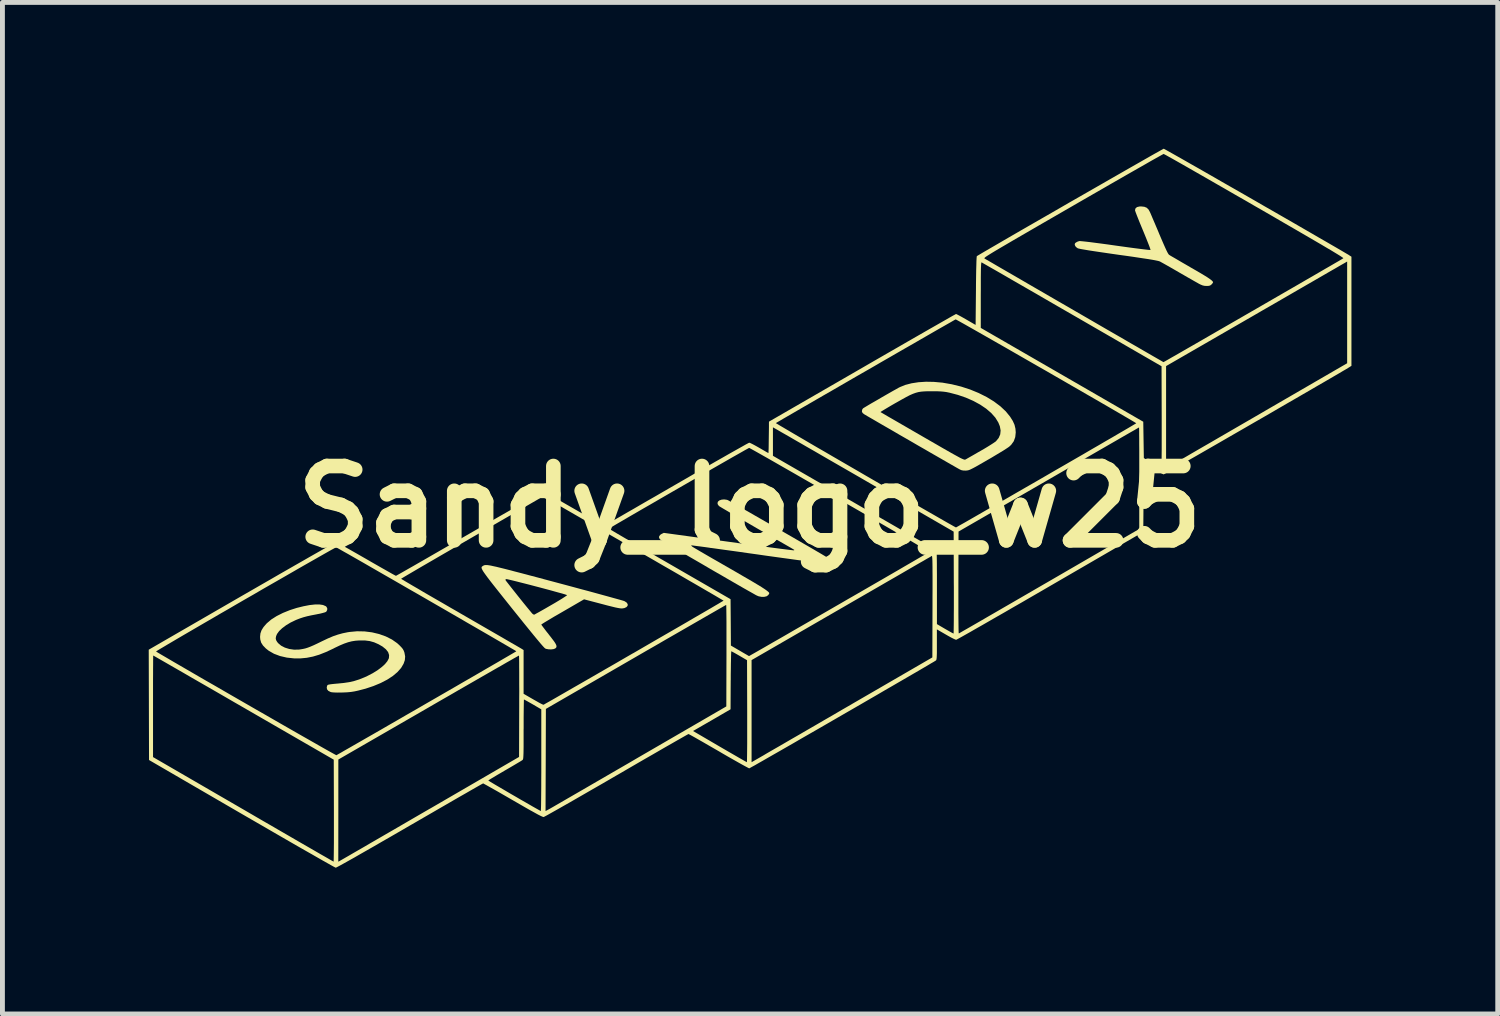
<source format=kicad_pcb>
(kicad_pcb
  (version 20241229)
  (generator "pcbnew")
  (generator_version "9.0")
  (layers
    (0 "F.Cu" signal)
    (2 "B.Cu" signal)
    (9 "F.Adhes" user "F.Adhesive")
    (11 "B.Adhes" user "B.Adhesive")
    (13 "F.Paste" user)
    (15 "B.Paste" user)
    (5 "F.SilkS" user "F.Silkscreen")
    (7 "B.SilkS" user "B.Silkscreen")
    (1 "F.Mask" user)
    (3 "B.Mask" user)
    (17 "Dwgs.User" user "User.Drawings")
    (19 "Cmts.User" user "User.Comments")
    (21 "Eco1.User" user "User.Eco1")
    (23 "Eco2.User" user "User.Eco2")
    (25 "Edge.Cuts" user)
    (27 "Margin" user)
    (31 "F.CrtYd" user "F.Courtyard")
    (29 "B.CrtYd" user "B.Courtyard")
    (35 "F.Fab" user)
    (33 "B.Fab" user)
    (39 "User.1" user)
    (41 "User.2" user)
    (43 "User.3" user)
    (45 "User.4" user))
  (footprint "Sandy_logo_w25"
    (layer "F.Cu")
    (at 12.325 7.341)
    (property "Reference" "Sandy_logo_w25" (at 0 0 0) (layer "F.SilkS") (effects (font (size 1.524 1.524) (thickness 0.3))))
    (attr board_only exclude_from_pos_files exclude_from_bom)
    (fp_poly (pts (xy 8.09 -6.151) (xy 8.14 -6.131) (xy 8.177 -6.095) (xy 8.202 -6.05) (xy 8.215 -6.023) (xy 8.235 -5.976) (xy 8.262 -5.912) (xy 8.295 -5.835) (xy 8.332 -5.748) (xy 8.372 -5.654) (xy 8.4 -5.586) (xy 8.449 -5.471) (xy 8.49 -5.377) (xy 8.523 -5.303) (xy 8.549 -5.247) (xy 8.57 -5.206) (xy 8.586 -5.18) (xy 8.598 -5.166) (xy 8.599 -5.166) (xy 8.617 -5.154) (xy 8.654 -5.132) (xy 8.708 -5.101) (xy 8.775 -5.062) (xy 8.853 -5.016) (xy 8.94 -4.966) (xy 9.033 -4.912) (xy 9.037 -4.909) (xy 9.154 -4.842) (xy 9.25 -4.786) (xy 9.328 -4.739) (xy 9.389 -4.701) (xy 9.434 -4.67) (xy 9.466 -4.646) (xy 9.487 -4.626) (xy 9.498 -4.611) (xy 9.5 -4.601) (xy 9.492 -4.585) (xy 9.472 -4.561) (xy 9.469 -4.558) (xy 9.446 -4.54) (xy 9.419 -4.53) (xy 9.379 -4.527) (xy 9.366 -4.527) (xy 9.322 -4.53) (xy 9.284 -4.539) (xy 9.241 -4.557) (xy 9.206 -4.575) (xy 9.173 -4.594) (xy 9.121 -4.623) (xy 9.055 -4.661) (xy 8.979 -4.704) (xy 8.896 -4.752) (xy 8.809 -4.802) (xy 8.794 -4.811) (xy 8.709 -4.86) (xy 8.629 -4.906) (xy 8.557 -4.947) (xy 8.495 -4.982) (xy 8.448 -5.008) (xy 8.419 -5.024) (xy 8.415 -5.027) (xy 8.399 -5.033) (xy 8.376 -5.04) (xy 8.343 -5.047) (xy 8.299 -5.056) (xy 8.243 -5.066) (xy 8.171 -5.078) (xy 8.083 -5.091) (xy 7.977 -5.107) (xy 7.852 -5.126) (xy 7.704 -5.147) (xy 7.565 -5.166) (xy 7.378 -5.193) (xy 7.214 -5.217) (xy 7.073 -5.238) (xy 6.955 -5.256) (xy 6.861 -5.272) (xy 6.791 -5.284) (xy 6.745 -5.294) (xy 6.725 -5.3) (xy 6.688 -5.327) (xy 6.669 -5.357) (xy 6.663 -5.386) (xy 6.674 -5.406) (xy 6.686 -5.416) (xy 6.719 -5.435) (xy 6.756 -5.447) (xy 6.778 -5.447) (xy 6.823 -5.443) (xy 6.89 -5.436) (xy 6.977 -5.426) (xy 7.084 -5.412) (xy 7.208 -5.396) (xy 7.349 -5.377) (xy 7.502 -5.355) (xy 7.632 -5.337) (xy 7.754 -5.32) (xy 7.867 -5.305) (xy 7.968 -5.292) (xy 8.055 -5.281) (xy 8.125 -5.273) (xy 8.177 -5.267) (xy 8.209 -5.265) (xy 8.217 -5.265) (xy 8.215 -5.279) (xy 8.204 -5.312) (xy 8.185 -5.363) (xy 8.159 -5.429) (xy 8.128 -5.507) (xy 8.092 -5.595) (xy 8.064 -5.663) (xy 8.025 -5.757) (xy 7.989 -5.844) (xy 7.958 -5.922) (xy 7.932 -5.988) (xy 7.913 -6.038) (xy 7.902 -6.071) (xy 7.9 -6.082) (xy 7.911 -6.12) (xy 7.942 -6.145) (xy 7.994 -6.157) (xy 8.023 -6.158)) (stroke (width 0) (type solid)) (fill yes) (layer "F.SilkS"))
    (fp_poly (pts (xy -8.752 2.015) (xy -8.698 2.038) (xy -8.684 2.048) (xy -8.665 2.08) (xy -8.665 2.117) (xy -8.683 2.15) (xy -8.693 2.158) (xy -8.716 2.167) (xy -8.758 2.179) (xy -8.814 2.193) (xy -8.877 2.205) (xy -8.884 2.207) (xy -8.99 2.227) (xy -9.076 2.246) (xy -9.151 2.266) (xy -9.221 2.289) (xy -9.291 2.316) (xy -9.314 2.326) (xy -9.416 2.375) (xy -9.509 2.431) (xy -9.588 2.49) (xy -9.651 2.55) (xy -9.694 2.609) (xy -9.713 2.654) (xy -9.721 2.698) (xy -9.714 2.734) (xy -9.692 2.772) (xy -9.671 2.798) (xy -9.611 2.849) (xy -9.534 2.889) (xy -9.444 2.917) (xy -9.347 2.931) (xy -9.248 2.93) (xy -9.219 2.926) (xy -9.165 2.917) (xy -9.115 2.906) (xy -9.064 2.89) (xy -9.009 2.869) (xy -8.944 2.841) (xy -8.865 2.804) (xy -8.771 2.758) (xy -8.651 2.701) (xy -8.545 2.656) (xy -8.446 2.622) (xy -8.348 2.595) (xy -8.245 2.574) (xy -8.206 2.568) (xy -8.054 2.554) (xy -7.899 2.557) (xy -7.747 2.576) (xy -7.6 2.611) (xy -7.463 2.66) (xy -7.338 2.723) (xy -7.231 2.798) (xy -7.188 2.837) (xy -7.145 2.881) (xy -7.116 2.916) (xy -7.097 2.95) (xy -7.083 2.987) (xy -7.081 2.994) (xy -7.067 3.071) (xy -7.073 3.145) (xy -7.099 3.22) (xy -7.15 3.306) (xy -7.224 3.39) (xy -7.32 3.471) (xy -7.435 3.546) (xy -7.568 3.615) (xy -7.717 3.677) (xy -7.879 3.731) (xy -8.033 3.771) (xy -8.107 3.787) (xy -8.176 3.798) (xy -8.248 3.805) (xy -8.332 3.809) (xy -8.369 3.81) (xy -8.453 3.811) (xy -8.521 3.809) (xy -8.57 3.805) (xy -8.594 3.8) (xy -8.642 3.776) (xy -8.668 3.745) (xy -8.675 3.707) (xy -8.667 3.669) (xy -8.651 3.652) (xy -8.63 3.647) (xy -8.59 3.64) (xy -8.536 3.634) (xy -8.472 3.628) (xy -8.458 3.627) (xy -8.326 3.614) (xy -8.212 3.597) (xy -8.109 3.573) (xy -8.008 3.541) (xy -7.903 3.499) (xy -7.84 3.47) (xy -7.732 3.414) (xy -7.635 3.354) (xy -7.551 3.291) (xy -7.482 3.229) (xy -7.432 3.168) (xy -7.403 3.112) (xy -7.4 3.103) (xy -7.396 3.042) (xy -7.416 2.982) (xy -7.461 2.924) (xy -7.53 2.868) (xy -7.613 2.82) (xy -7.704 2.78) (xy -7.793 2.755) (xy -7.887 2.743) (xy -7.996 2.742) (xy -8.006 2.742) (xy -8.087 2.748) (xy -8.162 2.76) (xy -8.237 2.779) (xy -8.318 2.807) (xy -8.408 2.845) (xy -8.513 2.895) (xy -8.537 2.908) (xy -8.689 2.979) (xy -8.828 3.034) (xy -8.958 3.073) (xy -9.085 3.098) (xy -9.211 3.11) (xy -9.343 3.11) (xy -9.344 3.11) (xy -9.493 3.094) (xy -9.632 3.062) (xy -9.757 3.015) (xy -9.865 2.953) (xy -9.924 2.906) (xy -9.982 2.846) (xy -10.02 2.786) (xy -10.038 2.721) (xy -10.042 2.669) (xy -10.035 2.599) (xy -10.012 2.533) (xy -9.971 2.467) (xy -9.91 2.397) (xy -9.901 2.388) (xy -9.813 2.313) (xy -9.703 2.243) (xy -9.574 2.178) (xy -9.43 2.12) (xy -9.29 2.075) (xy -9.152 2.041) (xy -9.028 2.017) (xy -8.919 2.005) (xy -8.826 2.004)) (stroke (width 0) (type solid)) (fill yes) (layer "F.SilkS"))
    (fp_poly (pts (xy -5.38 1.197) (xy -5.348 1.201) (xy -5.307 1.208) (xy -5.258 1.219) (xy -5.197 1.232) (xy -5.124 1.25) (xy -5.038 1.271) (xy -4.936 1.297) (xy -4.819 1.328) (xy -4.683 1.363) (xy -4.529 1.404) (xy -4.354 1.45) (xy -4.157 1.503) (xy -3.981 1.55) (xy -3.801 1.598) (xy -3.626 1.645) (xy -3.46 1.69) (xy -3.302 1.732) (xy -3.156 1.772) (xy -3.021 1.809) (xy -2.901 1.842) (xy -2.797 1.871) (xy -2.71 1.895) (xy -2.642 1.914) (xy -2.594 1.928) (xy -2.569 1.937) (xy -2.566 1.938) (xy -2.523 1.967) (xy -2.503 1.999) (xy -2.505 2.031) (xy -2.528 2.058) (xy -2.57 2.078) (xy -2.608 2.085) (xy -2.632 2.086) (xy -2.663 2.083) (xy -2.704 2.076) (xy -2.758 2.065) (xy -2.827 2.048) (xy -2.916 2.026) (xy -3.025 1.997) (xy -3.033 1.995) (xy -3.398 1.899) (xy -3.836 2.153) (xy -3.931 2.208) (xy -4.02 2.259) (xy -4.098 2.306) (xy -4.165 2.346) (xy -4.218 2.378) (xy -4.255 2.402) (xy -4.273 2.414) (xy -4.275 2.416) (xy -4.268 2.428) (xy -4.247 2.457) (xy -4.215 2.499) (xy -4.175 2.552) (xy -4.128 2.611) (xy -4.119 2.623) (xy -4.06 2.699) (xy -4.015 2.758) (xy -3.985 2.804) (xy -3.968 2.838) (xy -3.963 2.864) (xy -3.967 2.884) (xy -3.982 2.9) (xy -3.99 2.907) (xy -4.024 2.92) (xy -4.073 2.926) (xy -4.126 2.924) (xy -4.175 2.915) (xy -4.195 2.907) (xy -4.211 2.893) (xy -4.243 2.859) (xy -4.29 2.805) (xy -4.352 2.731) (xy -4.429 2.638) (xy -4.521 2.525) (xy -4.629 2.392) (xy -4.751 2.24) (xy -4.867 2.096) (xy -4.985 1.948) (xy -5.088 1.819) (xy -5.177 1.707) (xy -5.253 1.611) (xy -5.317 1.529) (xy -5.34 1.499) (xy -5.012 1.499) (xy -5.005 1.511) (xy -4.984 1.539) (xy -4.951 1.581) (xy -4.909 1.635) (xy -4.86 1.697) (xy -4.806 1.765) (xy -4.749 1.837) (xy -4.692 1.908) (xy -4.636 1.978) (xy -4.584 2.042) (xy -4.537 2.099) (xy -4.499 2.145) (xy -4.471 2.179) (xy -4.455 2.196) (xy -4.453 2.198) (xy -4.432 2.211) (xy -4.422 2.214) (xy -4.409 2.208) (xy -4.377 2.19) (xy -4.329 2.164) (xy -4.267 2.129) (xy -4.195 2.088) (xy -4.114 2.041) (xy -4.074 2.018) (xy -3.991 1.97) (xy -3.916 1.925) (xy -3.852 1.886) (xy -3.801 1.853) (xy -3.765 1.829) (xy -3.747 1.815) (xy -3.746 1.813) (xy -3.761 1.807) (xy -3.797 1.795) (xy -3.851 1.779) (xy -3.922 1.76) (xy -4.005 1.737) (xy -4.098 1.711) (xy -4.199 1.684) (xy -4.304 1.656) (xy -4.411 1.628) (xy -4.517 1.6) (xy -4.619 1.574) (xy -4.714 1.55) (xy -4.8 1.528) (xy -4.874 1.51) (xy -4.932 1.496) (xy -4.973 1.487) (xy -4.993 1.484) (xy -4.994 1.484) (xy -5.01 1.494) (xy -5.012 1.499) (xy -5.34 1.499) (xy -5.37 1.46) (xy -5.412 1.403) (xy -5.445 1.357) (xy -5.47 1.32) (xy -5.486 1.291) (xy -5.496 1.269) (xy -5.5 1.252) (xy -5.499 1.24) (xy -5.494 1.23) (xy -5.485 1.223) (xy -5.475 1.216) (xy -5.464 1.209) (xy -5.452 1.203) (xy -5.44 1.199) (xy -5.424 1.196) (xy -5.405 1.196)) (stroke (width 0) (type solid)) (fill yes) (layer "F.SilkS"))
    (fp_poly (pts (xy -0.475 -0.143) (xy -0.454 -0.137) (xy -0.438 -0.129) (xy -0.403 -0.109) (xy -0.35 -0.079) (xy -0.281 -0.04) (xy -0.197 0.007) (xy -0.102 0.062) (xy 0.004 0.122) (xy 0.118 0.188) (xy 0.239 0.257) (xy 0.364 0.329) (xy 0.493 0.403) (xy 0.622 0.478) (xy 0.75 0.552) (xy 0.875 0.624) (xy 0.996 0.694) (xy 1.11 0.76) (xy 1.215 0.821) (xy 1.31 0.876) (xy 1.393 0.925) (xy 1.462 0.965) (xy 1.514 0.996) (xy 1.549 1.017) (xy 1.563 1.026) (xy 1.588 1.057) (xy 1.591 1.091) (xy 1.574 1.124) (xy 1.541 1.149) (xy 1.514 1.159) (xy 1.498 1.158) (xy 1.458 1.154) (xy 1.397 1.147) (xy 1.317 1.137) (xy 1.218 1.124) (xy 1.103 1.109) (xy 0.972 1.092) (xy 0.829 1.072) (xy 0.674 1.051) (xy 0.508 1.028) (xy 0.335 1.004) (xy 0.155 0.978) (xy 0.141 0.976) (xy -0.039 0.951) (xy -0.212 0.926) (xy -0.377 0.903) (xy -0.531 0.882) (xy -0.674 0.862) (xy -0.803 0.844) (xy -0.917 0.828) (xy -1.015 0.815) (xy -1.094 0.805) (xy -1.154 0.797) (xy -1.192 0.792) (xy -1.207 0.791) (xy -1.207 0.791) (xy -1.209 0.793) (xy -1.208 0.796) (xy -1.203 0.801) (xy -1.194 0.809) (xy -1.178 0.819) (xy -1.153 0.835) (xy -1.12 0.855) (xy -1.075 0.881) (xy -1.018 0.915) (xy -0.947 0.956) (xy -0.861 1.006) (xy -0.759 1.065) (xy -0.638 1.134) (xy -0.498 1.215) (xy -0.425 1.257) (xy -0.268 1.347) (xy -0.131 1.427) (xy -0.013 1.495) (xy 0.087 1.554) (xy 0.17 1.604) (xy 0.239 1.646) (xy 0.293 1.681) (xy 0.334 1.709) (xy 0.364 1.732) (xy 0.384 1.749) (xy 0.396 1.763) (xy 0.4 1.774) (xy 0.4 1.775) (xy 0.393 1.791) (xy 0.377 1.814) (xy 0.344 1.837) (xy 0.296 1.848) (xy 0.24 1.848) (xy 0.182 1.837) (xy 0.148 1.823) (xy 0.124 1.811) (xy 0.082 1.787) (xy 0.022 1.753) (xy -0.053 1.711) (xy -0.141 1.661) (xy -0.24 1.604) (xy -0.349 1.541) (xy -0.465 1.474) (xy -0.587 1.403) (xy -0.713 1.331) (xy -0.841 1.257) (xy -0.968 1.182) (xy -1.094 1.109) (xy -1.217 1.038) (xy -1.333 0.97) (xy -1.442 0.906) (xy -1.542 0.848) (xy -1.631 0.796) (xy -1.706 0.752) (xy -1.766 0.716) (xy -1.81 0.69) (xy -1.834 0.674) (xy -1.839 0.671) (xy -1.86 0.638) (xy -1.858 0.605) (xy -1.833 0.574) (xy -1.81 0.559) (xy -1.763 0.536) (xy -0.43 0.719) (xy -0.251 0.744) (xy -0.078 0.767) (xy 0.086 0.79) (xy 0.239 0.81) (xy 0.381 0.829) (xy 0.51 0.846) (xy 0.623 0.861) (xy 0.72 0.873) (xy 0.799 0.883) (xy 0.858 0.89) (xy 0.895 0.894) (xy 0.909 0.895) (xy 0.909 0.895) (xy 0.912 0.884) (xy 0.911 0.883) (xy 0.9 0.877) (xy 0.869 0.858) (xy 0.819 0.829) (xy 0.753 0.791) (xy 0.673 0.745) (xy 0.579 0.691) (xy 0.474 0.63) (xy 0.36 0.565) (xy 0.239 0.495) (xy 0.15 0.444) (xy 0.023 0.37) (xy -0.098 0.3) (xy -0.211 0.235) (xy -0.315 0.174) (xy -0.407 0.12) (xy -0.486 0.073) (xy -0.551 0.035) (xy -0.598 0.007) (xy -0.627 -0.011) (xy -0.634 -0.017) (xy -0.656 -0.048) (xy -0.662 -0.076) (xy -0.651 -0.106) (xy -0.621 -0.13) (xy -0.578 -0.145) (xy -0.527 -0.15)) (stroke (width 0) (type solid)) (fill yes) (layer "F.SilkS"))
    (fp_poly (pts (xy 3.775 -2.56) (xy 3.941 -2.545) (xy 3.946 -2.545) (xy 4.142 -2.511) (xy 4.333 -2.464) (xy 4.518 -2.404) (xy 4.693 -2.332) (xy 4.857 -2.25) (xy 5.006 -2.159) (xy 5.138 -2.06) (xy 5.25 -1.955) (xy 5.338 -1.847) (xy 5.393 -1.76) (xy 5.429 -1.68) (xy 5.448 -1.6) (xy 5.454 -1.524) (xy 5.444 -1.428) (xy 5.414 -1.344) (xy 5.361 -1.27) (xy 5.325 -1.236) (xy 5.3 -1.217) (xy 5.256 -1.188) (xy 5.197 -1.15) (xy 5.124 -1.106) (xy 5.042 -1.057) (xy 4.954 -1.004) (xy 4.886 -0.965) (xy 4.784 -0.906) (xy 4.702 -0.859) (xy 4.637 -0.822) (xy 4.585 -0.794) (xy 4.545 -0.774) (xy 4.514 -0.759) (xy 4.489 -0.75) (xy 4.467 -0.745) (xy 4.447 -0.742) (xy 4.431 -0.741) (xy 4.378 -0.742) (xy 4.336 -0.751) (xy 4.306 -0.765) (xy 4.284 -0.777) (xy 4.243 -0.8) (xy 4.184 -0.834) (xy 4.11 -0.876) (xy 4.022 -0.927) (xy 3.923 -0.984) (xy 3.815 -1.046) (xy 3.698 -1.113) (xy 3.576 -1.184) (xy 3.45 -1.256) (xy 3.323 -1.33) (xy 3.195 -1.404) (xy 3.069 -1.476) (xy 2.948 -1.547) (xy 2.832 -1.614) (xy 2.724 -1.676) (xy 2.626 -1.733) (xy 2.539 -1.784) (xy 2.466 -1.826) (xy 2.409 -1.859) (xy 2.369 -1.883) (xy 2.348 -1.895) (xy 2.347 -1.896) (xy 2.315 -1.921) (xy 2.304 -1.941) (xy 2.681 -1.941) (xy 2.692 -1.934) (xy 2.723 -1.916) (xy 2.773 -1.887) (xy 2.839 -1.848) (xy 2.921 -1.801) (xy 3.016 -1.746) (xy 3.123 -1.684) (xy 3.239 -1.617) (xy 3.365 -1.544) (xy 3.497 -1.468) (xy 3.538 -1.444) (xy 3.694 -1.354) (xy 3.83 -1.276) (xy 3.947 -1.208) (xy 4.047 -1.151) (xy 4.131 -1.103) (xy 4.201 -1.064) (xy 4.258 -1.033) (xy 4.303 -1.008) (xy 4.339 -0.99) (xy 4.366 -0.978) (xy 4.386 -0.97) (xy 4.4 -0.966) (xy 4.411 -0.965) (xy 4.419 -0.966) (xy 4.424 -0.969) (xy 4.443 -0.979) (xy 4.481 -1.001) (xy 4.534 -1.031) (xy 4.599 -1.068) (xy 4.671 -1.11) (xy 4.731 -1.144) (xy 4.809 -1.189) (xy 4.882 -1.233) (xy 4.946 -1.273) (xy 4.997 -1.306) (xy 5.033 -1.331) (xy 5.048 -1.342) (xy 5.104 -1.41) (xy 5.136 -1.484) (xy 5.144 -1.564) (xy 5.128 -1.651) (xy 5.097 -1.727) (xy 5.036 -1.826) (xy 4.952 -1.921) (xy 4.847 -2.011) (xy 4.724 -2.094) (xy 4.584 -2.17) (xy 4.431 -2.237) (xy 4.265 -2.294) (xy 4.09 -2.34) (xy 4.083 -2.341) (xy 4.029 -2.352) (xy 3.976 -2.359) (xy 3.92 -2.364) (xy 3.854 -2.367) (xy 3.772 -2.368) (xy 3.731 -2.368) (xy 3.648 -2.368) (xy 3.578 -2.365) (xy 3.516 -2.36) (xy 3.459 -2.351) (xy 3.403 -2.336) (xy 3.345 -2.315) (xy 3.281 -2.287) (xy 3.208 -2.249) (xy 3.121 -2.201) (xy 3.017 -2.142) (xy 2.988 -2.126) (xy 2.908 -2.08) (xy 2.837 -2.038) (xy 2.775 -2.001) (xy 2.727 -1.972) (xy 2.695 -1.952) (xy 2.681 -1.942) (xy 2.681 -1.941) (xy 2.304 -1.941) (xy 2.301 -1.946) (xy 2.3 -1.962) (xy 2.307 -1.995) (xy 2.322 -2.016) (xy 2.338 -2.027) (xy 2.373 -2.048) (xy 2.423 -2.078) (xy 2.485 -2.115) (xy 2.557 -2.156) (xy 2.635 -2.201) (xy 2.715 -2.248) (xy 2.795 -2.294) (xy 2.872 -2.338) (xy 2.942 -2.378) (xy 3.002 -2.411) (xy 3.049 -2.438) (xy 3.081 -2.454) (xy 3.081 -2.454) (xy 3.19 -2.498) (xy 3.317 -2.531) (xy 3.459 -2.553) (xy 3.613 -2.563)) (stroke (width 0) (type solid)) (fill yes) (layer "F.SilkS"))
    (fp_poly (pts (xy 8.501 -7.335) (xy 8.534 -7.317) (xy 8.586 -7.288) (xy 8.655 -7.249) (xy 8.74 -7.201) (xy 8.841 -7.144) (xy 8.955 -7.079) (xy 9.081 -7.007) (xy 9.219 -6.929) (xy 9.365 -6.845) (xy 9.521 -6.756) (xy 9.682 -6.663) (xy 9.85 -6.567) (xy 10.022 -6.469) (xy 10.196 -6.369) (xy 10.372 -6.268) (xy 10.548 -6.166) (xy 10.723 -6.066) (xy 10.895 -5.967) (xy 11.064 -5.87) (xy 11.227 -5.776) (xy 11.384 -5.685) (xy 11.533 -5.599) (xy 11.672 -5.518) (xy 11.801 -5.444) (xy 11.918 -5.376) (xy 12.022 -5.316) (xy 12.111 -5.264) (xy 12.184 -5.221) (xy 12.24 -5.188) (xy 12.278 -5.166) (xy 12.291 -5.157) (xy 12.338 -5.127) (xy 12.338 -2.889) (xy 12.291 -2.859) (xy 12.268 -2.845) (xy 12.226 -2.819) (xy 12.165 -2.784) (xy 12.088 -2.738) (xy 11.995 -2.684) (xy 11.887 -2.621) (xy 11.767 -2.551) (xy 11.635 -2.475) (xy 11.493 -2.392) (xy 11.342 -2.305) (xy 11.184 -2.213) (xy 11.019 -2.118) (xy 10.85 -2.02) (xy 10.677 -1.919) (xy 10.502 -1.818) (xy 10.326 -1.717) (xy 10.15 -1.615) (xy 9.976 -1.515) (xy 9.806 -1.417) (xy 9.64 -1.321) (xy 9.48 -1.229) (xy 9.327 -1.141) (xy 9.183 -1.058) (xy 9.048 -0.981) (xy 8.925 -0.91) (xy 8.814 -0.847) (xy 8.717 -0.791) (xy 8.636 -0.745) (xy 8.571 -0.708) (xy 8.524 -0.682) (xy 8.496 -0.667) (xy 8.488 -0.663) (xy 8.472 -0.669) (xy 8.437 -0.686) (xy 8.389 -0.711) (xy 8.331 -0.744) (xy 8.275 -0.775) (xy 8.081 -0.888) (xy 8.075 -0.185) (xy 8.069 0.517) (xy 6.162 1.623) (xy 5.961 1.74) (xy 5.765 1.853) (xy 5.576 1.963) (xy 5.394 2.067) (xy 5.222 2.167) (xy 5.059 2.26) (xy 4.908 2.347) (xy 4.769 2.427) (xy 4.644 2.498) (xy 4.533 2.562) (xy 4.437 2.616) (xy 4.359 2.66) (xy 4.298 2.694) (xy 4.256 2.717) (xy 4.234 2.728) (xy 4.231 2.729) (xy 4.213 2.723) (xy 4.176 2.706) (xy 4.127 2.681) (xy 4.069 2.649) (xy 4.022 2.622) (xy 3.837 2.515) (xy 3.837 2.825) (xy 3.837 2.924) (xy 3.837 3.001) (xy 3.835 3.058) (xy 3.833 3.099) (xy 3.829 3.126) (xy 3.825 3.143) (xy 3.819 3.151) (xy 3.819 3.151) (xy 3.804 3.161) (xy 3.77 3.182) (xy 3.716 3.213) (xy 3.646 3.255) (xy 3.559 3.306) (xy 3.457 3.366) (xy 3.341 3.433) (xy 3.214 3.507) (xy 3.076 3.587) (xy 2.928 3.673) (xy 2.772 3.763) (xy 2.61 3.858) (xy 2.442 3.955) (xy 2.27 4.055) (xy 2.095 4.156) (xy 1.918 4.258) (xy 1.742 4.36) (xy 1.567 4.461) (xy 1.394 4.561) (xy 1.225 4.658) (xy 1.061 4.752) (xy 0.905 4.843) (xy 0.755 4.929) (xy 0.616 5.009) (xy 0.486 5.083) (xy 0.369 5.15) (xy 0.265 5.21) (xy 0.175 5.261) (xy 0.102 5.303) (xy 0.045 5.334) (xy 0.008 5.355) (xy -0.01 5.365) (xy -0.011 5.365) (xy -0.025 5.359) (xy -0.059 5.341) (xy -0.111 5.313) (xy -0.178 5.276) (xy -0.244 5.239) (xy 0.037 5.239) (xy 0.247 5.118) (xy 0.282 5.098) (xy 0.337 5.065) (xy 0.411 5.022) (xy 0.503 4.969) (xy 0.611 4.907) (xy 0.733 4.836) (xy 0.869 4.757) (xy 1.017 4.672) (xy 1.175 4.58) (xy 1.343 4.483) (xy 1.518 4.381) (xy 1.7 4.276) (xy 1.886 4.167) (xy 2.077 4.057) (xy 2.1 4.043) (xy 3.744 3.09) (xy 3.747 2.045) (xy 3.747 1.855) (xy 3.748 1.689) (xy 3.748 1.546) (xy 3.748 1.423) (xy 3.747 1.319) (xy 3.747 1.233) (xy 3.746 1.163) (xy 3.745 1.109) (xy 3.743 1.068) (xy 3.741 1.039) (xy 3.739 1.02) (xy 3.736 1.011) (xy 3.733 1.009) (xy 3.733 1.009) (xy 3.721 1.016) (xy 3.688 1.036) (xy 3.635 1.066) (xy 3.565 1.107) (xy 3.477 1.157) (xy 3.373 1.217) (xy 3.254 1.286) (xy 3.122 1.363) (xy 2.977 1.447) (xy 2.82 1.537) (xy 2.653 1.634) (xy 2.476 1.736) (xy 2.292 1.842) (xy 2.1 1.953) (xy 1.903 2.067) (xy 1.877 2.082) (xy 0.037 3.145) (xy 0.037 5.239) (xy -0.244 5.239) (xy -0.258 5.231) (xy -0.35 5.179) (xy -0.452 5.121) (xy -0.561 5.058) (xy -0.637 5.013) (xy -0.75 4.948) (xy -0.856 4.887) (xy -0.954 4.83) (xy -1.042 4.78) (xy -1.117 4.737) (xy -1.178 4.703) (xy -1.223 4.678) (xy -1.25 4.664) (xy -1.256 4.661) (xy -1.268 4.667) (xy -1.301 4.685) (xy -1.352 4.714) (xy -1.422 4.754) (xy -1.508 4.803) (xy -1.609 4.861) (xy -1.725 4.927) (xy -1.853 5.001) (xy -1.993 5.082) (xy -2.143 5.168) (xy -2.302 5.26) (xy -2.469 5.357) (xy -2.642 5.458) (xy -2.731 5.509) (xy -2.908 5.612) (xy -3.079 5.711) (xy -3.243 5.805) (xy -3.399 5.895) (xy -3.545 5.979) (xy -3.68 6.057) (xy -3.804 6.127) (xy -3.914 6.19) (xy -4.01 6.244) (xy -4.09 6.289) (xy -4.152 6.324) (xy -4.197 6.348) (xy -4.221 6.361) (xy -4.226 6.363) (xy -4.238 6.361) (xy -4.262 6.352) (xy -4.298 6.335) (xy -4.347 6.31) (xy -4.41 6.275) (xy -4.471 6.241) (xy -4.188 6.241) (xy -4.141 6.216) (xy -4.125 6.207) (xy -4.089 6.187) (xy -4.033 6.155) (xy -3.959 6.112) (xy -3.869 6.06) (xy -3.762 5.998) (xy -3.641 5.928) (xy -3.506 5.85) (xy -3.359 5.765) (xy -3.201 5.673) (xy -3.033 5.576) (xy -2.856 5.473) (xy -2.671 5.366) (xy -2.479 5.255) (xy -2.288 5.143) (xy -1.35 4.599) (xy -1.163 4.599) (xy -0.616 4.919) (xy -0.509 4.981) (xy -0.409 5.039) (xy -0.317 5.092) (xy -0.236 5.139) (xy -0.168 5.178) (xy -0.115 5.208) (xy -0.078 5.229) (xy -0.06 5.238) (xy -0.059 5.239) (xy -0.058 5.227) (xy -0.057 5.192) (xy -0.056 5.135) (xy -0.055 5.059) (xy -0.054 4.965) (xy -0.053 4.856) (xy -0.053 4.732) (xy -0.053 4.596) (xy -0.053 4.45) (xy -0.053 4.295) (xy -0.053 4.194) (xy -0.056 3.147) (xy -0.212 3.056) (xy -0.269 3.023) (xy -0.317 2.996) (xy -0.354 2.976) (xy -0.375 2.965) (xy -0.378 2.964) (xy -0.38 2.976) (xy -0.382 3.011) (xy -0.384 3.066) (xy -0.385 3.138) (xy -0.387 3.226) (xy -0.388 3.327) (xy -0.39 3.438) (xy -0.39 3.557) (xy -0.391 3.559) (xy -0.394 4.154) (xy -0.778 4.377) (xy -1.163 4.599) (xy -1.35 4.599) (xy -0.481 4.095) (xy -0.478 3.054) (xy -0.478 2.895) (xy -0.478 2.744) (xy -0.478 2.602) (xy -0.478 2.47) (xy -0.478 2.352) (xy -0.479 2.249) (xy -0.48 2.162) (xy -0.481 2.093) (xy -0.482 2.045) (xy -0.483 2.019) (xy -0.484 2.014) (xy -0.496 2.02) (xy -0.528 2.038) (xy -0.58 2.068) (xy -0.65 2.108) (xy -0.737 2.158) (xy -0.84 2.217) (xy -0.958 2.285) (xy -1.09 2.361) (xy -1.234 2.444) (xy -1.39 2.534) (xy -1.557 2.63) (xy -1.733 2.731) (xy -1.917 2.838) (xy -2.109 2.948) (xy -2.306 3.062) (xy -2.337 3.08) (xy -4.181 4.146) (xy -4.184 5.194) (xy -4.188 6.241) (xy -4.471 6.241) (xy -4.49 6.231) (xy -4.587 6.176) (xy -4.703 6.109) (xy -4.838 6.031) (xy -4.856 6.021) (xy -4.968 5.956) (xy -5.074 5.895) (xy -5.171 5.839) (xy -5.258 5.79) (xy -5.333 5.748) (xy -5.393 5.714) (xy -5.437 5.69) (xy -5.462 5.676) (xy -5.468 5.674) (xy -5.48 5.68) (xy -5.513 5.698) (xy -5.564 5.727) (xy -5.634 5.767) (xy -5.72 5.816) (xy -5.822 5.875) (xy -5.938 5.941) (xy -6.066 6.015) (xy -6.206 6.096) (xy -6.357 6.183) (xy -6.517 6.276) (xy -6.685 6.373) (xy -6.859 6.474) (xy -6.972 6.539) (xy -7.168 6.653) (xy -7.355 6.761) (xy -7.531 6.862) (xy -7.695 6.957) (xy -7.847 7.044) (xy -7.986 7.123) (xy -8.109 7.194) (xy -8.218 7.255) (xy -8.309 7.306) (xy -8.383 7.347) (xy -8.439 7.377) (xy -8.475 7.396) (xy -8.49 7.402) (xy -8.49 7.402) (xy -8.504 7.396) (xy -8.538 7.378) (xy -8.592 7.348) (xy -8.663 7.308) (xy -8.714 7.279) (xy -8.438 7.279) (xy -8.403 7.261) (xy -8.389 7.252) (xy -8.354 7.232) (xy -8.3 7.201) (xy -8.227 7.159) (xy -8.138 7.107) (xy -8.032 7.046) (xy -7.912 6.977) (xy -7.779 6.899) (xy -7.632 6.814) (xy -7.475 6.723) (xy -7.307 6.626) (xy -7.13 6.523) (xy -6.946 6.416) (xy -6.755 6.305) (xy -6.558 6.191) (xy -6.55 6.187) (xy -5.563 5.614) (xy -5.362 5.614) (xy -5.351 5.621) (xy -5.322 5.64) (xy -5.275 5.668) (xy -5.215 5.704) (xy -5.143 5.746) (xy -5.061 5.794) (xy -4.974 5.845) (xy -4.882 5.899) (xy -4.788 5.953) (xy -4.696 6.007) (xy -4.606 6.058) (xy -4.523 6.106) (xy -4.449 6.149) (xy -4.385 6.185) (xy -4.335 6.213) (xy -4.301 6.232) (xy -4.285 6.24) (xy -4.284 6.24) (xy -4.283 6.228) (xy -4.282 6.193) (xy -4.28 6.136) (xy -4.279 6.06) (xy -4.278 5.966) (xy -4.277 5.856) (xy -4.276 5.733) (xy -4.276 5.597) (xy -4.275 5.45) (xy -4.275 5.296) (xy -4.275 5.198) (xy -4.275 4.155) (xy -4.449 4.053) (xy -4.509 4.019) (xy -4.56 3.99) (xy -4.6 3.968) (xy -4.625 3.955) (xy -4.631 3.952) (xy -4.632 3.964) (xy -4.633 3.999) (xy -4.634 4.054) (xy -4.635 4.126) (xy -4.636 4.215) (xy -4.637 4.316) (xy -4.637 4.428) (xy -4.637 4.548) (xy -4.638 4.563) (xy -4.638 4.703) (xy -4.638 4.82) (xy -4.638 4.916) (xy -4.639 4.994) (xy -4.64 5.055) (xy -4.642 5.101) (xy -4.644 5.136) (xy -4.646 5.16) (xy -4.65 5.176) (xy -4.654 5.186) (xy -4.658 5.192) (xy -4.659 5.193) (xy -4.675 5.204) (xy -4.71 5.226) (xy -4.761 5.256) (xy -4.825 5.294) (xy -4.9 5.338) (xy -4.982 5.386) (xy -5.022 5.409) (xy -5.105 5.458) (xy -5.181 5.502) (xy -5.247 5.542) (xy -5.301 5.574) (xy -5.339 5.598) (xy -5.359 5.611) (xy -5.362 5.614) (xy -5.563 5.614) (xy -4.731 5.131) (xy -4.728 4.091) (xy -4.728 3.933) (xy -4.727 3.781) (xy -4.728 3.639) (xy -4.728 3.508) (xy -4.728 3.389) (xy -4.729 3.286) (xy -4.729 3.199) (xy -4.73 3.13) (xy -4.731 3.082) (xy -4.733 3.056) (xy -4.733 3.052) (xy -4.745 3.058) (xy -4.777 3.076) (xy -4.829 3.105) (xy -4.898 3.145) (xy -4.985 3.194) (xy -5.088 3.254) (xy -5.206 3.321) (xy -5.338 3.397) (xy -5.483 3.48) (xy -5.639 3.57) (xy -5.806 3.666) (xy -5.982 3.767) (xy -6.166 3.874) (xy -6.358 3.984) (xy -6.555 4.098) (xy -6.589 4.118) (xy -8.437 5.184) (xy -8.437 6.232) (xy -8.438 7.279) (xy -8.714 7.279) (xy -8.752 7.258) (xy -8.857 7.198) (xy -8.977 7.129) (xy -9.111 7.053) (xy -9.258 6.969) (xy -9.416 6.878) (xy -9.584 6.781) (xy -9.762 6.678) (xy -9.948 6.57) (xy -10.142 6.458) (xy -10.341 6.343) (xy -10.419 6.298) (xy -12.319 5.194) (xy -12.322 4.063) (xy -12.322 3.996) (xy -12.237 3.996) (xy -12.237 4.093) (xy -12.237 5.134) (xy -10.39 6.205) (xy -10.192 6.32) (xy -10 6.432) (xy -9.814 6.539) (xy -9.637 6.642) (xy -9.469 6.739) (xy -9.311 6.831) (xy -9.164 6.916) (xy -9.03 6.993) (xy -8.909 7.063) (xy -8.804 7.124) (xy -8.714 7.175) (xy -8.641 7.217) (xy -8.586 7.249) (xy -8.55 7.269) (xy -8.535 7.277) (xy -8.534 7.278) (xy -8.533 7.266) (xy -8.532 7.23) (xy -8.531 7.174) (xy -8.53 7.098) (xy -8.529 7.004) (xy -8.528 6.894) (xy -8.528 6.77) (xy -8.528 6.634) (xy -8.528 6.488) (xy -8.528 6.333) (xy -8.528 6.233) (xy -8.531 5.187) (xy -10.38 4.119) (xy -10.578 4.005) (xy -10.771 3.893) (xy -10.956 3.786) (xy -11.133 3.684) (xy -11.302 3.587) (xy -11.46 3.496) (xy -11.606 3.411) (xy -11.74 3.334) (xy -11.86 3.265) (xy -11.966 3.204) (xy -12.055 3.153) (xy -12.128 3.111) (xy -12.182 3.08) (xy -12.217 3.06) (xy -12.232 3.052) (xy -12.233 3.052) (xy -12.234 3.064) (xy -12.234 3.099) (xy -12.235 3.156) (xy -12.235 3.232) (xy -12.236 3.326) (xy -12.236 3.436) (xy -12.237 3.559) (xy -12.237 3.695) (xy -12.237 3.842) (xy -12.237 3.996) (xy -12.322 3.996) (xy -12.325 2.968) (xy -12.175 2.968) (xy -12.162 2.977) (xy -12.129 2.997) (xy -12.077 3.028) (xy -12.007 3.069) (xy -11.921 3.119) (xy -11.821 3.178) (xy -11.707 3.244) (xy -11.581 3.317) (xy -11.445 3.396) (xy -11.299 3.481) (xy -11.145 3.57) (xy -10.984 3.662) (xy -10.818 3.758) (xy -10.649 3.856) (xy -10.477 3.955) (xy -10.303 4.055) (xy -10.13 4.155) (xy -9.958 4.253) (xy -9.79 4.35) (xy -9.625 4.445) (xy -9.466 4.536) (xy -9.314 4.623) (xy -9.171 4.705) (xy -9.037 4.781) (xy -8.914 4.851) (xy -8.804 4.914) (xy -8.707 4.969) (xy -8.625 5.015) (xy -8.56 5.051) (xy -8.513 5.077) (xy -8.485 5.092) (xy -8.478 5.096) (xy -8.465 5.089) (xy -8.432 5.07) (xy -8.38 5.041) (xy -8.31 5) (xy -8.222 4.95) (xy -8.118 4.89) (xy -7.999 4.822) (xy -7.867 4.746) (xy -7.722 4.663) (xy -7.565 4.573) (xy -7.398 4.476) (xy -7.222 4.375) (xy -7.038 4.268) (xy -6.846 4.158) (xy -6.649 4.044) (xy -6.625 4.03) (xy -6.427 3.916) (xy -6.235 3.805) (xy -6.051 3.699) (xy -5.874 3.596) (xy -5.707 3.5) (xy -5.55 3.409) (xy -5.404 3.324) (xy -5.271 3.247) (xy -5.152 3.178) (xy -5.048 3.117) (xy -4.96 3.066) (xy -4.888 3.024) (xy -4.835 2.993) (xy -4.801 2.973) (xy -4.788 2.964) (xy -4.788 2.964) (xy -4.798 2.957) (xy -4.829 2.938) (xy -4.879 2.909) (xy -4.947 2.869) (xy -5.031 2.82) (xy -5.129 2.763) (xy -5.241 2.698) (xy -5.366 2.625) (xy -5.501 2.547) (xy -5.646 2.463) (xy -5.799 2.375) (xy -5.958 2.282) (xy -6.123 2.187) (xy -6.292 2.089) (xy -6.464 1.99) (xy -6.637 1.89) (xy -6.81 1.79) (xy -6.982 1.692) (xy -7.151 1.594) (xy -7.316 1.499) (xy -7.354 1.477) (xy -7.15 1.477) (xy -7.139 1.485) (xy -7.108 1.503) (xy -7.059 1.533) (xy -6.991 1.573) (xy -6.908 1.622) (xy -6.809 1.679) (xy -6.698 1.745) (xy -6.574 1.817) (xy -6.439 1.895) (xy -6.295 1.978) (xy -6.144 2.066) (xy -5.985 2.157) (xy -5.941 2.183) (xy -5.78 2.276) (xy -5.624 2.366) (xy -5.475 2.452) (xy -5.335 2.533) (xy -5.205 2.608) (xy -5.085 2.677) (xy -4.979 2.739) (xy -4.886 2.793) (xy -4.809 2.837) (xy -4.749 2.872) (xy -4.708 2.896) (xy -4.686 2.909) (xy -4.684 2.91) (xy -4.638 2.939) (xy -4.638 3.836) (xy -4.441 3.95) (xy -4.377 3.986) (xy -4.321 4.018) (xy -4.275 4.042) (xy -4.243 4.057) (xy -4.23 4.061) (xy -4.218 4.055) (xy -4.186 4.036) (xy -4.134 4.007) (xy -4.063 3.967) (xy -3.976 3.917) (xy -3.872 3.857) (xy -3.754 3.789) (xy -3.622 3.713) (xy -3.477 3.63) (xy -3.321 3.54) (xy -3.154 3.444) (xy -2.978 3.342) (xy -2.793 3.236) (xy -2.602 3.125) (xy -2.405 3.011) (xy -2.377 2.996) (xy -2.179 2.881) (xy -1.988 2.77) (xy -1.803 2.663) (xy -1.626 2.561) (xy -1.458 2.464) (xy -1.301 2.373) (xy -1.156 2.288) (xy -1.023 2.211) (xy -0.904 2.142) (xy -0.799 2.081) (xy -0.711 2.029) (xy -0.639 1.987) (xy -0.586 1.955) (xy -0.552 1.935) (xy -0.538 1.927) (xy -0.538 1.926) (xy -0.549 1.919) (xy -0.58 1.901) (xy -0.631 1.871) (xy -0.7 1.83) (xy -0.786 1.78) (xy -0.888 1.721) (xy -1.006 1.652) (xy -1.137 1.576) (xy -1.281 1.493) (xy -1.437 1.402) (xy -1.603 1.306) (xy -1.779 1.205) (xy -1.963 1.098) (xy -2.154 0.988) (xy -2.351 0.874) (xy -2.387 0.853) (xy -3.086 0.45) (xy -2.887 0.45) (xy -2.877 0.457) (xy -2.846 0.476) (xy -2.796 0.505) (xy -2.729 0.545) (xy -2.645 0.594) (xy -2.546 0.652) (xy -2.434 0.717) (xy -2.309 0.789) (xy -2.174 0.868) (xy -2.029 0.951) (xy -1.877 1.04) (xy -1.717 1.132) (xy -1.641 1.176) (xy -0.394 1.896) (xy -0.39 2.372) (xy -0.387 2.847) (xy -0.203 2.954) (xy -0.142 2.99) (xy -0.09 3.02) (xy -0.048 3.044) (xy -0.023 3.059) (xy -0.015 3.063) (xy -0.004 3.057) (xy 0.027 3.039) (xy 0.078 3.01) (xy 0.148 2.97) (xy 0.234 2.921) (xy 0.337 2.862) (xy 0.454 2.794) (xy 0.586 2.719) (xy 0.73 2.636) (xy 0.885 2.546) (xy 1.052 2.45) (xy 1.227 2.349) (xy 1.411 2.243) (xy 1.602 2.133) (xy 1.799 2.019) (xy 1.822 2.006) (xy 2.02 1.891) (xy 2.212 1.781) (xy 2.397 1.674) (xy 2.575 1.571) (xy 2.743 1.474) (xy 2.9 1.383) (xy 3.047 1.298) (xy 3.18 1.22) (xy 3.301 1.15) (xy 3.406 1.089) (xy 3.495 1.037) (xy 3.568 0.995) (xy 3.622 0.963) (xy 3.657 0.942) (xy 3.671 0.933) (xy 3.672 0.933) (xy 3.669 0.928) (xy 3.656 0.918) (xy 3.633 0.902) (xy 3.598 0.879) (xy 3.55 0.85) (xy 3.489 0.813) (xy 3.415 0.768) (xy 3.326 0.715) (xy 3.222 0.654) (xy 3.101 0.583) (xy 2.964 0.503) (xy 2.809 0.413) (xy 2.636 0.313) (xy 2.444 0.201) (xy 2.233 0.079) (xy 2 -0.055) (xy 1.847 -0.144) (xy 1.649 -0.258) (xy 1.456 -0.369) (xy 1.271 -0.476) (xy 1.093 -0.578) (xy 0.925 -0.675) (xy 0.766 -0.766) (xy 0.619 -0.85) (xy 0.485 -0.927) (xy 0.364 -0.996) (xy 0.258 -1.056) (xy 0.168 -1.107) (xy 0.095 -1.148) (xy 0.039 -1.179) (xy 0.004 -1.198) (xy -0.012 -1.206) (xy -0.013 -1.206) (xy -0.025 -1.2) (xy -0.058 -1.182) (xy -0.109 -1.154) (xy -0.177 -1.115) (xy -0.26 -1.068) (xy -0.358 -1.013) (xy -0.467 -0.95) (xy -0.588 -0.881) (xy -0.717 -0.807) (xy -0.855 -0.728) (xy -0.998 -0.646) (xy -1.146 -0.561) (xy -1.297 -0.474) (xy -1.45 -0.386) (xy -1.603 -0.298) (xy -1.754 -0.211) (xy -1.902 -0.125) (xy -2.045 -0.042) (xy -2.183 0.037) (xy -2.312 0.112) (xy -2.433 0.182) (xy -2.542 0.246) (xy -2.64 0.303) (xy -2.723 0.351) (xy -2.791 0.391) (xy -2.842 0.422) (xy -2.875 0.442) (xy -2.887 0.45) (xy -2.887 0.45) (xy -3.086 0.45) (xy -4.235 -0.213) (xy -5.692 0.628) (xy -5.868 0.73) (xy -6.038 0.828) (xy -6.2 0.922) (xy -6.354 1.011) (xy -6.498 1.095) (xy -6.631 1.172) (xy -6.752 1.242) (xy -6.859 1.305) (xy -6.951 1.359) (xy -7.028 1.404) (xy -7.087 1.439) (xy -7.127 1.463) (xy -7.147 1.476) (xy -7.15 1.477) (xy -7.354 1.477) (xy -7.475 1.408) (xy -7.628 1.32) (xy -7.772 1.237) (xy -7.907 1.159) (xy -8.031 1.088) (xy -8.143 1.024) (xy -8.241 0.968) (xy -8.325 0.921) (xy -8.392 0.883) (xy -8.441 0.855) (xy -8.472 0.838) (xy -8.482 0.833) (xy -8.495 0.839) (xy -8.528 0.857) (xy -8.58 0.885) (xy -8.649 0.924) (xy -8.734 0.972) (xy -8.834 1.029) (xy -8.948 1.094) (xy -9.073 1.165) (xy -9.21 1.243) (xy -9.355 1.327) (xy -9.508 1.415) (xy -9.668 1.507) (xy -9.834 1.602) (xy -10.003 1.699) (xy -10.174 1.799) (xy -10.347 1.898) (xy -10.52 1.998) (xy -10.691 2.098) (xy -10.86 2.195) (xy -11.024 2.291) (xy -11.183 2.383) (xy -11.334 2.471) (xy -11.478 2.555) (xy -11.612 2.633) (xy -11.735 2.705) (xy -11.845 2.77) (xy -11.942 2.827) (xy -12.024 2.876) (xy -12.09 2.915) (xy -12.138 2.944) (xy -12.166 2.962) (xy -12.175 2.968) (xy -12.325 2.968) (xy -12.325 2.932) (xy -10.415 1.828) (xy -10.213 1.712) (xy -10.017 1.599) (xy -9.827 1.49) (xy -9.646 1.385) (xy -9.473 1.286) (xy -9.311 1.193) (xy -9.16 1.107) (xy -9.021 1.027) (xy -8.896 0.956) (xy -8.785 0.893) (xy -8.69 0.839) (xy -8.611 0.794) (xy -8.551 0.761) (xy -8.509 0.738) (xy -8.488 0.726) (xy -8.485 0.725) (xy -8.471 0.731) (xy -8.437 0.749) (xy -8.386 0.777) (xy -8.319 0.814) (xy -8.238 0.859) (xy -8.147 0.911) (xy -8.045 0.969) (xy -7.937 1.031) (xy -7.867 1.071) (xy -7.755 1.136) (xy -7.65 1.196) (xy -7.552 1.252) (xy -7.465 1.301) (xy -7.391 1.343) (xy -7.331 1.377) (xy -7.287 1.401) (xy -7.262 1.414) (xy -7.256 1.417) (xy -7.244 1.411) (xy -7.212 1.393) (xy -7.16 1.364) (xy -7.09 1.324) (xy -7.004 1.275) (xy -6.902 1.217) (xy -6.787 1.151) (xy -6.658 1.077) (xy -6.518 0.996) (xy -6.367 0.909) (xy -6.207 0.817) (xy -6.039 0.72) (xy -5.864 0.619) (xy -5.746 0.551) (xy -5.527 0.425) (xy -5.324 0.308) (xy -5.135 0.199) (xy -4.963 0.101) (xy -4.807 0.012) (xy -4.668 -0.067) (xy -4.547 -0.135) (xy -4.445 -0.193) (xy -4.361 -0.239) (xy -4.296 -0.274) (xy -4.252 -0.297) (xy -4.229 -0.308) (xy -4.225 -0.309) (xy -4.21 -0.302) (xy -4.176 -0.283) (xy -4.124 -0.254) (xy -4.057 -0.217) (xy -3.976 -0.171) (xy -3.883 -0.118) (xy -3.782 -0.06) (xy -3.672 0.003) (xy -3.599 0.045) (xy -3.486 0.11) (xy -3.381 0.171) (xy -3.283 0.226) (xy -3.197 0.276) (xy -3.122 0.318) (xy -3.062 0.352) (xy -3.019 0.376) (xy -2.994 0.389) (xy -2.988 0.392) (xy -2.976 0.385) (xy -2.945 0.367) (xy -2.894 0.338) (xy -2.825 0.298) (xy -2.739 0.249) (xy -2.638 0.191) (xy -2.523 0.124) (xy -2.395 0.051) (xy -2.256 -0.03) (xy -2.106 -0.117) (xy -1.946 -0.208) (xy -1.779 -0.305) (xy -1.606 -0.405) (xy -1.507 -0.462) (xy -1.33 -0.564) (xy -1.159 -0.663) (xy -0.994 -0.757) (xy -0.838 -0.847) (xy -0.692 -0.931) (xy -0.556 -1.008) (xy -0.432 -1.079) (xy -0.322 -1.141) (xy -0.226 -1.195) (xy -0.146 -1.24) (xy -0.084 -1.275) (xy -0.039 -1.299) (xy -0.015 -1.311) (xy -0.01 -1.313) (xy 0.008 -1.307) (xy 0.044 -1.29) (xy 0.092 -1.265) (xy 0.15 -1.233) (xy 0.196 -1.207) (xy 0.256 -1.172) (xy 0.308 -1.142) (xy 0.349 -1.118) (xy 0.375 -1.104) (xy 0.382 -1.101) (xy 0.384 -1.112) (xy 0.385 -1.146) (xy 0.387 -1.198) (xy 0.388 -1.265) (xy 0.389 -1.344) (xy 0.39 -1.423) (xy 0.393 -1.628) (xy 0.475 -1.628) (xy 0.475 -1.336) (xy 0.475 -1.044) (xy 2.133 -0.088) (xy 2.321 0.021) (xy 2.504 0.126) (xy 2.679 0.228) (xy 2.846 0.324) (xy 3.005 0.416) (xy 3.152 0.501) (xy 3.288 0.58) (xy 3.411 0.651) (xy 3.52 0.714) (xy 3.614 0.768) (xy 3.691 0.813) (xy 3.75 0.848) (xy 3.791 0.872) (xy 3.812 0.884) (xy 3.814 0.886) (xy 3.819 0.89) (xy 3.823 0.897) (xy 3.827 0.908) (xy 3.829 0.925) (xy 3.832 0.951) (xy 3.834 0.987) (xy 3.835 1.035) (xy 3.836 1.097) (xy 3.837 1.175) (xy 3.837 1.27) (xy 3.838 1.385) (xy 3.838 1.521) (xy 3.838 1.655) (xy 3.838 2.407) (xy 4.003 2.504) (xy 4.061 2.537) (xy 4.112 2.566) (xy 4.15 2.587) (xy 4.174 2.599) (xy 4.178 2.601) (xy 4.18 2.589) (xy 4.181 2.553) (xy 4.182 2.497) (xy 4.183 2.42) (xy 4.184 2.327) (xy 4.184 2.217) (xy 4.185 2.093) (xy 4.185 1.957) (xy 4.185 1.898) (xy 4.278 1.898) (xy 4.278 2.049) (xy 4.278 2.184) (xy 4.279 2.303) (xy 4.28 2.404) (xy 4.281 2.485) (xy 4.282 2.546) (xy 4.284 2.584) (xy 4.286 2.599) (xy 4.286 2.599) (xy 4.298 2.593) (xy 4.33 2.574) (xy 4.382 2.544) (xy 4.452 2.504) (xy 4.539 2.454) (xy 4.643 2.394) (xy 4.761 2.326) (xy 4.893 2.249) (xy 5.037 2.166) (xy 5.194 2.075) (xy 5.36 1.979) (xy 5.536 1.877) (xy 5.721 1.77) (xy 5.912 1.659) (xy 6.109 1.545) (xy 6.142 1.526) (xy 7.987 0.456) (xy 7.987 -0.585) (xy 7.987 -0.744) (xy 7.987 -0.895) (xy 7.987 -1.038) (xy 7.987 -1.169) (xy 7.986 -1.287) (xy 7.986 -1.391) (xy 7.985 -1.478) (xy 7.985 -1.547) (xy 7.984 -1.595) (xy 7.983 -1.621) (xy 7.983 -1.626) (xy 7.972 -1.62) (xy 7.94 -1.602) (xy 7.889 -1.572) (xy 7.82 -1.533) (xy 7.733 -1.483) (xy 7.63 -1.424) (xy 7.513 -1.356) (xy 7.381 -1.28) (xy 7.237 -1.197) (xy 7.081 -1.107) (xy 6.915 -1.011) (xy 6.739 -0.91) (xy 6.555 -0.803) (xy 6.363 -0.693) (xy 6.166 -0.579) (xy 6.13 -0.558) (xy 4.281 0.509) (xy 4.278 1.556) (xy 4.278 1.734) (xy 4.278 1.898) (xy 4.185 1.898) (xy 4.185 1.811) (xy 4.185 1.656) (xy 4.184 1.556) (xy 4.181 0.511) (xy 2.406 -0.515) (xy 2.211 -0.628) (xy 2.02 -0.738) (xy 1.836 -0.844) (xy 1.659 -0.946) (xy 1.491 -1.043) (xy 1.333 -1.135) (xy 1.186 -1.219) (xy 1.051 -1.297) (xy 0.929 -1.367) (xy 0.823 -1.429) (xy 0.732 -1.481) (xy 0.658 -1.523) (xy 0.603 -1.555) (xy 0.567 -1.576) (xy 0.553 -1.584) (xy 0.475 -1.628) (xy 0.393 -1.628) (xy 0.393 -1.715) (xy 0.536 -1.715) (xy 0.545 -1.708) (xy 0.576 -1.69) (xy 0.625 -1.66) (xy 0.692 -1.621) (xy 0.775 -1.572) (xy 0.873 -1.514) (xy 0.984 -1.449) (xy 1.108 -1.377) (xy 1.242 -1.298) (xy 1.386 -1.214) (xy 1.539 -1.126) (xy 1.698 -1.033) (xy 1.862 -0.938) (xy 2.031 -0.84) (xy 2.202 -0.741) (xy 2.375 -0.64) (xy 2.548 -0.54) (xy 2.719 -0.441) (xy 2.888 -0.343) (xy 3.053 -0.248) (xy 3.213 -0.156) (xy 3.366 -0.068) (xy 3.51 0.016) (xy 3.646 0.094) (xy 3.77 0.165) (xy 3.883 0.23) (xy 3.982 0.287) (xy 4.066 0.335) (xy 4.134 0.373) (xy 4.185 0.402) (xy 4.217 0.419) (xy 4.228 0.425) (xy 4.24 0.419) (xy 4.272 0.401) (xy 4.324 0.371) (xy 4.394 0.332) (xy 4.481 0.282) (xy 4.584 0.223) (xy 4.702 0.155) (xy 4.834 0.079) (xy 4.978 -0.004) (xy 5.135 -0.093) (xy 5.301 -0.189) (xy 5.477 -0.291) (xy 5.661 -0.397) (xy 5.853 -0.507) (xy 6.05 -0.621) (xy 6.081 -0.639) (xy 6.279 -0.754) (xy 6.472 -0.865) (xy 6.657 -0.972) (xy 6.834 -1.074) (xy 7.001 -1.172) (xy 7.159 -1.263) (xy 7.304 -1.348) (xy 7.438 -1.425) (xy 7.557 -1.495) (xy 7.662 -1.556) (xy 7.751 -1.608) (xy 7.822 -1.65) (xy 7.876 -1.682) (xy 7.91 -1.702) (xy 7.924 -1.711) (xy 7.925 -1.712) (xy 7.914 -1.719) (xy 7.883 -1.738) (xy 7.833 -1.768) (xy 7.765 -1.808) (xy 7.681 -1.857) (xy 7.582 -1.915) (xy 7.47 -1.98) (xy 7.345 -2.053) (xy 7.21 -2.131) (xy 7.065 -2.215) (xy 6.912 -2.303) (xy 6.752 -2.396) (xy 6.586 -2.491) (xy 6.417 -2.589) (xy 6.245 -2.688) (xy 6.072 -2.788) (xy 5.898 -2.887) (xy 5.726 -2.986) (xy 5.557 -3.083) (xy 5.392 -3.178) (xy 5.232 -3.27) (xy 5.079 -3.357) (xy 4.934 -3.44) (xy 4.799 -3.517) (xy 4.674 -3.588) (xy 4.562 -3.652) (xy 4.535 -3.667) (xy 4.737 -3.667) (xy 8.069 -1.743) (xy 8.081 -0.998) (xy 8.256 -0.894) (xy 8.316 -0.859) (xy 8.368 -0.829) (xy 8.408 -0.806) (xy 8.434 -0.792) (xy 8.441 -0.789) (xy 8.441 -0.789) (xy 8.537 -0.789) (xy 8.716 -0.893) (xy 8.747 -0.911) (xy 8.798 -0.94) (xy 8.869 -0.981) (xy 8.957 -1.032) (xy 9.061 -1.093) (xy 9.18 -1.162) (xy 9.313 -1.239) (xy 9.459 -1.323) (xy 9.615 -1.414) (xy 9.781 -1.51) (xy 9.955 -1.611) (xy 10.136 -1.716) (xy 10.323 -1.824) (xy 10.514 -1.935) (xy 10.572 -1.969) (xy 12.25 -2.942) (xy 12.25 -5.028) (xy 12.19 -4.993) (xy 12.173 -4.983) (xy 12.135 -4.962) (xy 12.078 -4.929) (xy 12.003 -4.885) (xy 11.91 -4.832) (xy 11.803 -4.77) (xy 11.68 -4.699) (xy 11.544 -4.62) (xy 11.396 -4.535) (xy 11.237 -4.443) (xy 11.068 -4.345) (xy 10.89 -4.242) (xy 10.705 -4.135) (xy 10.513 -4.025) (xy 10.334 -3.921) (xy 8.537 -2.884) (xy 8.537 -0.789) (xy 8.441 -0.789) (xy 8.442 -0.801) (xy 8.443 -0.836) (xy 8.444 -0.893) (xy 8.445 -0.969) (xy 8.446 -1.063) (xy 8.447 -1.172) (xy 8.447 -1.296) (xy 8.447 -1.432) (xy 8.447 -1.578) (xy 8.447 -1.733) (xy 8.447 -1.835) (xy 8.444 -2.881) (xy 6.606 -3.943) (xy 6.408 -4.057) (xy 6.216 -4.168) (xy 6.031 -4.275) (xy 5.854 -4.378) (xy 5.685 -4.475) (xy 5.527 -4.566) (xy 5.381 -4.65) (xy 5.247 -4.728) (xy 5.127 -4.797) (xy 5.021 -4.858) (xy 4.931 -4.909) (xy 4.858 -4.951) (xy 4.804 -4.982) (xy 4.768 -5.003) (xy 4.754 -5.011) (xy 4.753 -5.011) (xy 4.75 -5.008) (xy 4.747 -4.994) (xy 4.744 -4.968) (xy 4.742 -4.928) (xy 4.74 -4.872) (xy 4.739 -4.799) (xy 4.738 -4.707) (xy 4.738 -4.594) (xy 4.738 -4.46) (xy 4.737 -4.342) (xy 4.737 -3.667) (xy 4.535 -3.667) (xy 4.463 -3.708) (xy 4.38 -3.755) (xy 4.312 -3.793) (xy 4.263 -3.82) (xy 4.232 -3.837) (xy 4.222 -3.841) (xy 4.209 -3.835) (xy 4.177 -3.817) (xy 4.126 -3.787) (xy 4.057 -3.748) (xy 3.971 -3.699) (xy 3.871 -3.642) (xy 3.758 -3.577) (xy 3.633 -3.505) (xy 3.496 -3.426) (xy 3.351 -3.342) (xy 3.197 -3.254) (xy 3.037 -3.162) (xy 2.871 -3.066) (xy 2.702 -2.969) (xy 2.53 -2.869) (xy 2.356 -2.769) (xy 2.183 -2.67) (xy 2.012 -2.571) (xy 1.843 -2.473) (xy 1.679 -2.378) (xy 1.52 -2.287) (xy 1.368 -2.199) (xy 1.225 -2.116) (xy 1.091 -2.039) (xy 0.969 -1.968) (xy 0.859 -1.904) (xy 0.762 -1.848) (xy 0.681 -1.801) (xy 0.617 -1.763) (xy 0.57 -1.736) (xy 0.543 -1.72) (xy 0.536 -1.715) (xy 0.393 -1.715) (xy 0.394 -1.745) (xy 2.305 -2.848) (xy 2.507 -2.965) (xy 2.703 -3.078) (xy 2.892 -3.187) (xy 3.073 -3.291) (xy 3.246 -3.391) (xy 3.408 -3.484) (xy 3.558 -3.57) (xy 3.697 -3.65) (xy 3.822 -3.721) (xy 3.932 -3.784) (xy 4.027 -3.838) (xy 4.105 -3.883) (xy 4.165 -3.917) (xy 4.206 -3.939) (xy 4.227 -3.951) (xy 4.23 -3.952) (xy 4.245 -3.946) (xy 4.278 -3.929) (xy 4.325 -3.904) (xy 4.382 -3.872) (xy 4.438 -3.84) (xy 4.631 -3.728) (xy 4.638 -4.427) (xy 4.639 -4.588) (xy 4.641 -4.73) (xy 4.643 -4.852) (xy 4.646 -4.954) (xy 4.648 -5.035) (xy 4.651 -5.093) (xy 4.651 -5.095) (xy 4.811 -5.095) (xy 4.813 -5.091) (xy 4.814 -5.09) (xy 4.827 -5.082) (xy 4.86 -5.063) (xy 4.912 -5.033) (xy 4.981 -4.993) (xy 5.066 -4.943) (xy 5.166 -4.885) (xy 5.28 -4.819) (xy 5.405 -4.747) (xy 5.541 -4.668) (xy 5.687 -4.583) (xy 5.84 -4.494) (xy 6 -4.402) (xy 6.165 -4.306) (xy 6.334 -4.208) (xy 6.506 -4.109) (xy 6.678 -4.009) (xy 6.851 -3.909) (xy 7.022 -3.81) (xy 7.189 -3.713) (xy 7.353 -3.618) (xy 7.511 -3.527) (xy 7.662 -3.44) (xy 7.804 -3.357) (xy 7.937 -3.281) (xy 8.059 -3.21) (xy 8.168 -3.147) (xy 8.263 -3.092) (xy 8.343 -3.046) (xy 8.406 -3.01) (xy 8.452 -2.983) (xy 8.478 -2.968) (xy 8.485 -2.965) (xy 8.495 -2.971) (xy 8.527 -2.989) (xy 8.578 -3.018) (xy 8.647 -3.058) (xy 8.734 -3.107) (xy 8.836 -3.166) (xy 8.954 -3.234) (xy 9.085 -3.309) (xy 9.229 -3.392) (xy 9.385 -3.482) (xy 9.551 -3.578) (xy 9.726 -3.679) (xy 9.91 -3.785) (xy 10.101 -3.895) (xy 10.298 -4.009) (xy 10.322 -4.022) (xy 10.52 -4.137) (xy 10.712 -4.248) (xy 10.897 -4.355) (xy 11.074 -4.457) (xy 11.242 -4.554) (xy 11.4 -4.646) (xy 11.546 -4.73) (xy 11.68 -4.808) (xy 11.8 -4.878) (xy 11.906 -4.939) (xy 11.995 -4.991) (xy 12.068 -5.033) (xy 12.122 -5.065) (xy 12.157 -5.086) (xy 12.172 -5.095) (xy 12.172 -5.095) (xy 12.169 -5.1) (xy 12.157 -5.11) (xy 12.133 -5.126) (xy 12.098 -5.149) (xy 12.051 -5.178) (xy 11.99 -5.215) (xy 11.916 -5.26) (xy 11.827 -5.312) (xy 11.723 -5.374) (xy 11.603 -5.444) (xy 11.466 -5.524) (xy 11.311 -5.614) (xy 11.139 -5.714) (xy 10.947 -5.825) (xy 10.736 -5.948) (xy 10.504 -6.082) (xy 10.347 -6.172) (xy 10.149 -6.287) (xy 9.956 -6.397) (xy 9.771 -6.504) (xy 9.593 -6.606) (xy 9.425 -6.703) (xy 9.266 -6.794) (xy 9.119 -6.878) (xy 8.985 -6.955) (xy 8.864 -7.024) (xy 8.758 -7.084) (xy 8.668 -7.135) (xy 8.594 -7.176) (xy 8.539 -7.207) (xy 8.503 -7.226) (xy 8.488 -7.234) (xy 8.487 -7.234) (xy 8.474 -7.228) (xy 8.441 -7.21) (xy 8.388 -7.18) (xy 8.318 -7.141) (xy 8.229 -7.091) (xy 8.125 -7.031) (xy 8.007 -6.964) (xy 7.874 -6.888) (xy 7.728 -6.805) (xy 7.572 -6.715) (xy 7.404 -6.619) (xy 7.228 -6.517) (xy 7.043 -6.411) (xy 6.852 -6.301) (xy 6.654 -6.187) (xy 6.627 -6.171) (xy 6.393 -6.036) (xy 6.18 -5.913) (xy 5.986 -5.801) (xy 5.812 -5.7) (xy 5.655 -5.609) (xy 5.515 -5.528) (xy 5.391 -5.456) (xy 5.282 -5.392) (xy 5.188 -5.337) (xy 5.106 -5.289) (xy 5.037 -5.248) (xy 4.979 -5.213) (xy 4.932 -5.184) (xy 4.894 -5.16) (xy 4.864 -5.141) (xy 4.842 -5.126) (xy 4.827 -5.114) (xy 4.817 -5.105) (xy 4.812 -5.099) (xy 4.811 -5.095) (xy 4.651 -5.095) (xy 4.654 -5.128) (xy 4.656 -5.138) (xy 4.67 -5.147) (xy 4.704 -5.167) (xy 4.756 -5.198) (xy 4.827 -5.24) (xy 4.913 -5.29) (xy 5.015 -5.349) (xy 5.13 -5.416) (xy 5.257 -5.49) (xy 5.395 -5.57) (xy 5.542 -5.655) (xy 5.698 -5.745) (xy 5.86 -5.838) (xy 6.029 -5.935) (xy 6.201 -6.034) (xy 6.376 -6.135) (xy 6.552 -6.237) (xy 6.729 -6.338) (xy 6.905 -6.439) (xy 7.078 -6.538) (xy 7.247 -6.635) (xy 7.411 -6.729) (xy 7.568 -6.819) (xy 7.718 -6.905) (xy 7.858 -6.985) (xy 7.988 -7.059) (xy 8.105 -7.126) (xy 8.21 -7.186) (xy 8.3 -7.237) (xy 8.374 -7.278) (xy 8.431 -7.31) (xy 8.469 -7.331) (xy 8.487 -7.341) (xy 8.489 -7.341)) (stroke (width 0) (type solid)) (fill yes) (layer "F.SilkS")))
  (gr_rect
    (start -3 -3)
    (end 27.663 17.743)
    (stroke (width 0.1) (type default))
    (fill no)
    (layer "Edge.Cuts")))
</source>
